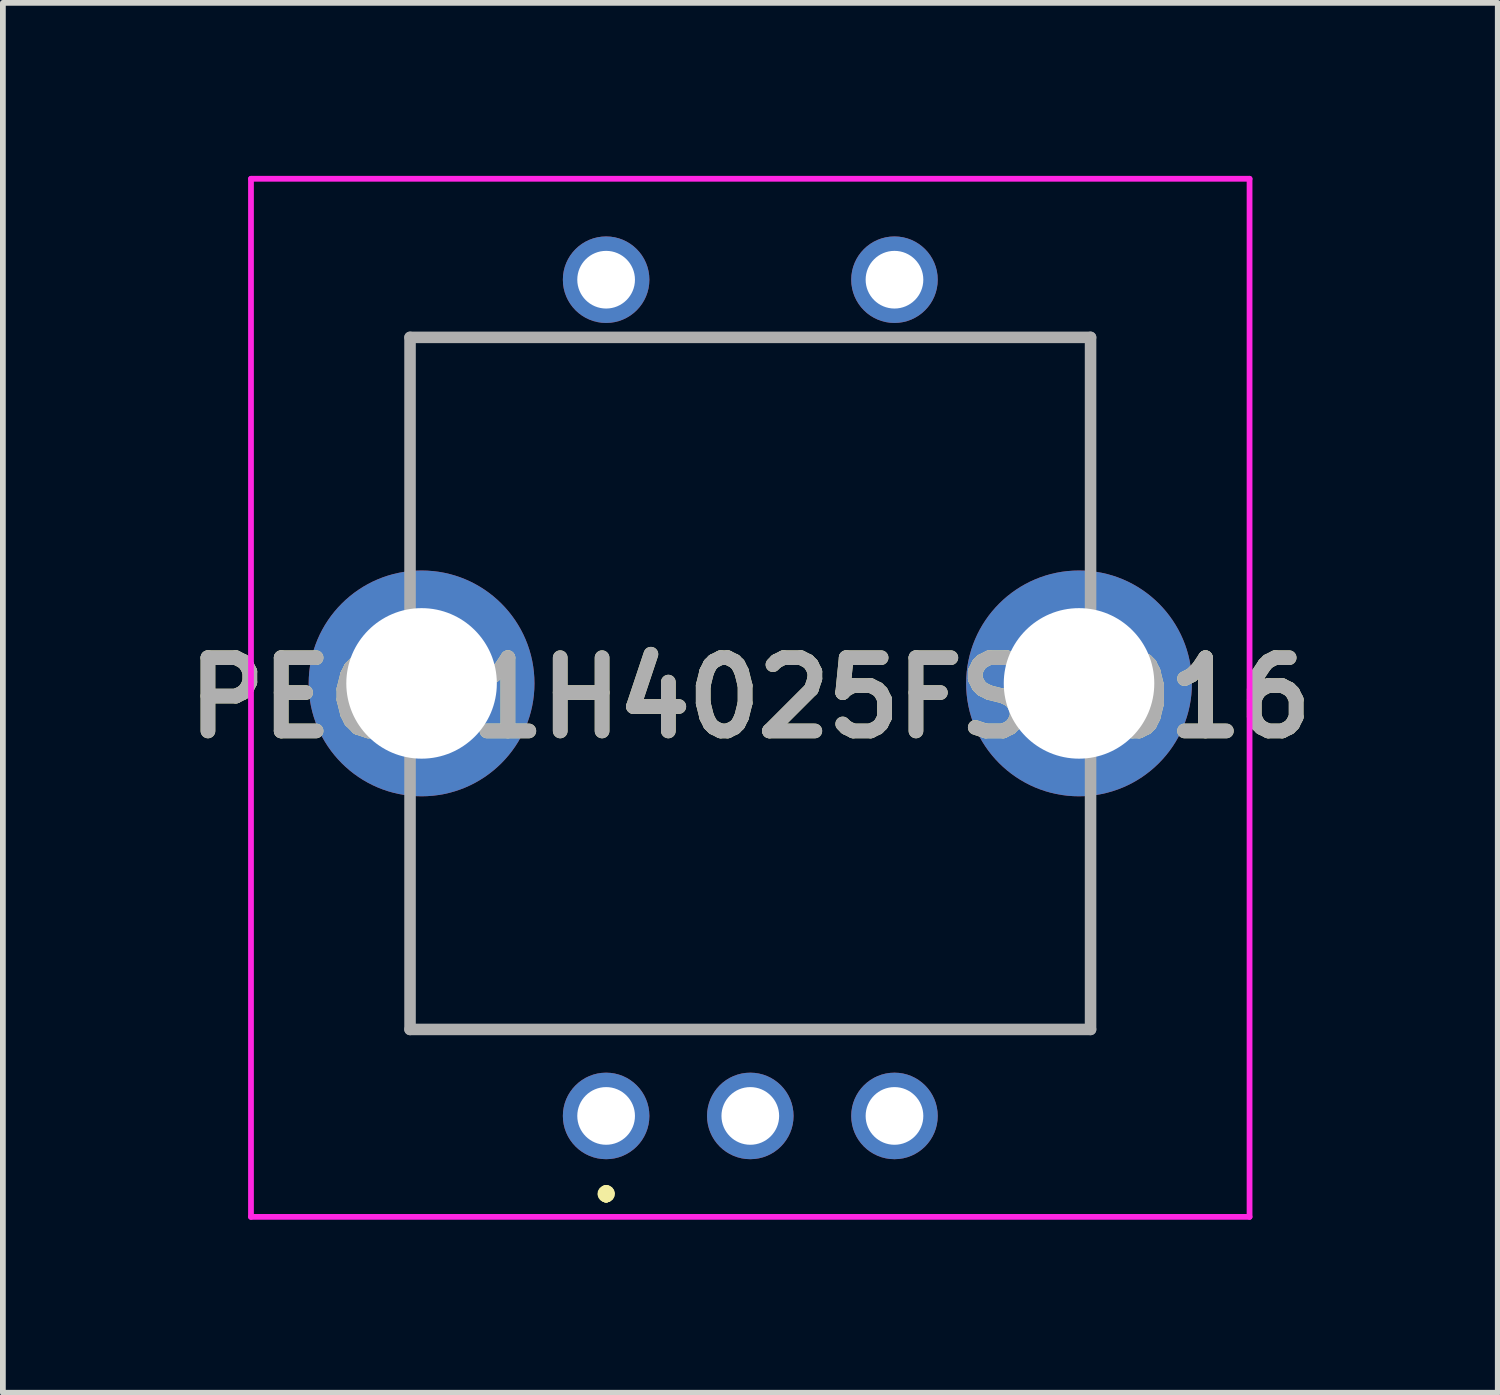
<source format=kicad_pcb>
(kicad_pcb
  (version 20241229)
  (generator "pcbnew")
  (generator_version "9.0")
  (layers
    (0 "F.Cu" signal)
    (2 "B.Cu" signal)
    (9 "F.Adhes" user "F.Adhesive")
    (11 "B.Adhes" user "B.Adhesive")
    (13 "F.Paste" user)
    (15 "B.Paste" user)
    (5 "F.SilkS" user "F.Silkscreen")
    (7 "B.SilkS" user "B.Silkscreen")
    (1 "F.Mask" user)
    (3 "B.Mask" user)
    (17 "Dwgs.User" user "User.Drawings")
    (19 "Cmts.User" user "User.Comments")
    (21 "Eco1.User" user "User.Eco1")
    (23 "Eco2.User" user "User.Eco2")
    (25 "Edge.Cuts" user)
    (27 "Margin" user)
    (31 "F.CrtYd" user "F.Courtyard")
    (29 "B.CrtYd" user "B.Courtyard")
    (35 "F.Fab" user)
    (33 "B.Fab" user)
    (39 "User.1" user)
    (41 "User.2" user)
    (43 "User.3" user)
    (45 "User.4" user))
  (footprint "PEC11H4025FS0016"
    (layer "F.Cu")
    (at 7.46 16.3)
    (property "Reference" "PEC11H4025FS0016" (at 2.5 -7.25 0) (layer "F.SilkS") (effects (font (size 1.27 1.27) (thickness 0.254))))
    (attr through_hole)
    (fp_line (start -3.4 -13.5) (end -3.4 -13.5) (stroke (width 0.1) (type solid)) (layer "F.SilkS"))
    (fp_line (start -3.4 -13.5) (end -3.4 -13.5) (stroke (width 0.1) (type solid)) (layer "F.SilkS"))
    (fp_line (start -3.4 -13.5) (end -3.4 -9.75) (stroke (width 0.1) (type solid)) (layer "F.SilkS"))
    (fp_line (start -3.4 -13.5) (end -1 -13.5) (stroke (width 0.1) (type solid)) (layer "F.SilkS"))
    (fp_line (start -3.4 -9.75) (end -3.4 -13.5) (stroke (width 0.1) (type solid)) (layer "F.SilkS"))
    (fp_line (start -3.4 -9.75) (end -3.4 -9.75) (stroke (width 0.1) (type solid)) (layer "F.SilkS"))
    (fp_line (start -3.4 -5.25) (end -3.4 -5.25) (stroke (width 0.1) (type solid)) (layer "F.SilkS"))
    (fp_line (start -3.4 -5.25) (end -3.4 -1.5) (stroke (width 0.1) (type solid)) (layer "F.SilkS"))
    (fp_line (start -3.4 -1.5) (end -3.4 -5.25) (stroke (width 0.1) (type solid)) (layer "F.SilkS"))
    (fp_line (start -3.4 -1.5) (end -3.4 -1.5) (stroke (width 0.1) (type solid)) (layer "F.SilkS"))
    (fp_line (start -3.4 -1.5) (end -3.4 -1.5) (stroke (width 0.1) (type solid)) (layer "F.SilkS"))
    (fp_line (start -3.4 -1.5) (end 8.4 -1.5) (stroke (width 0.1) (type solid)) (layer "F.SilkS"))
    (fp_line (start -1 -13.5) (end -3.4 -13.5) (stroke (width 0.1) (type solid)) (layer "F.SilkS"))
    (fp_line (start -1 -13.5) (end -1 -13.5) (stroke (width 0.1) (type solid)) (layer "F.SilkS"))
    (fp_line (start 0 1.3) (end 0 1.3) (stroke (width 0.2) (type solid)) (layer "F.SilkS"))
    (fp_line (start 0 1.4) (end 0 1.4) (stroke (width 0.2) (type solid)) (layer "F.SilkS"))
    (fp_line (start 0 1.4) (end 0 1.4) (stroke (width 0.2) (type solid)) (layer "F.SilkS"))
    (fp_line (start 1 -13.5) (end 1 -13.5) (stroke (width 0.1) (type solid)) (layer "F.SilkS"))
    (fp_line (start 1 -13.5) (end 4 -13.5) (stroke (width 0.1) (type solid)) (layer "F.SilkS"))
    (fp_line (start 4 -13.5) (end 1 -13.5) (stroke (width 0.1) (type solid)) (layer "F.SilkS"))
    (fp_line (start 4 -13.5) (end 4 -13.5) (stroke (width 0.1) (type solid)) (layer "F.SilkS"))
    (fp_line (start 6 -13.5) (end 6 -13.5) (stroke (width 0.1) (type solid)) (layer "F.SilkS"))
    (fp_line (start 6 -13.5) (end 8.4 -13.5) (stroke (width 0.1) (type solid)) (layer "F.SilkS"))
    (fp_line (start 8.4 -13.5) (end 6 -13.5) (stroke (width 0.1) (type solid)) (layer "F.SilkS"))
    (fp_line (start 8.4 -13.5) (end 8.4 -13.5) (stroke (width 0.1) (type solid)) (layer "F.SilkS"))
    (fp_line (start 8.4 -13.5) (end 8.4 -13.5) (stroke (width 0.1) (type solid)) (layer "F.SilkS"))
    (fp_line (start 8.4 -13.5) (end 8.4 -9.75) (stroke (width 0.1) (type solid)) (layer "F.SilkS"))
    (fp_line (start 8.4 -9.75) (end 8.4 -13.5) (stroke (width 0.1) (type solid)) (layer "F.SilkS"))
    (fp_line (start 8.4 -9.75) (end 8.4 -9.75) (stroke (width 0.1) (type solid)) (layer "F.SilkS"))
    (fp_line (start 8.4 -5.25) (end 8.4 -5.25) (stroke (width 0.1) (type solid)) (layer "F.SilkS"))
    (fp_line (start 8.4 -5.25) (end 8.4 -1.5) (stroke (width 0.1) (type solid)) (layer "F.SilkS"))
    (fp_line (start 8.4 -1.5) (end -3.4 -1.5) (stroke (width 0.1) (type solid)) (layer "F.SilkS"))
    (fp_line (start 8.4 -1.5) (end 8.4 -5.25) (stroke (width 0.1) (type solid)) (layer "F.SilkS"))
    (fp_line (start 8.4 -1.5) (end 8.4 -1.5) (stroke (width 0.1) (type solid)) (layer "F.SilkS"))
    (fp_line (start 8.4 -1.5) (end 8.4 -1.5) (stroke (width 0.1) (type solid)) (layer "F.SilkS"))
    (fp_arc (start 0 1.3) (mid 0.05 1.35) (end 0 1.4) (stroke (width 0.2) (type solid)) (layer "F.SilkS"))
    (fp_arc (start 0 1.3) (mid 0.05 1.35) (end 0 1.4) (stroke (width 0.2) (type solid)) (layer "F.SilkS"))
    (fp_arc (start 0 1.4) (mid -0.05 1.35) (end 0 1.3) (stroke (width 0.2) (type solid)) (layer "F.SilkS"))
    (fp_line (start -6.158 -16.25) (end 11.157 -16.25) (stroke (width 0.1) (type solid)) (layer "F.CrtYd"))
    (fp_line (start -6.158 1.75) (end -6.158 -16.25) (stroke (width 0.1) (type solid)) (layer "F.CrtYd"))
    (fp_line (start 11.157 -16.25) (end 11.157 1.75) (stroke (width 0.1) (type solid)) (layer "F.CrtYd"))
    (fp_line (start 11.157 1.75) (end -6.158 1.75) (stroke (width 0.1) (type solid)) (layer "F.CrtYd"))
    (fp_line (start -3.4 -13.5) (end -3.4 -1.5) (stroke (width 0.2) (type solid)) (layer "F.Fab"))
    (fp_line (start -3.4 -1.5) (end 8.4 -1.5) (stroke (width 0.2) (type solid)) (layer "F.Fab"))
    (fp_line (start 8.4 -13.5) (end -3.4 -13.5) (stroke (width 0.2) (type solid)) (layer "F.Fab"))
    (fp_line (start 8.4 -1.5) (end 8.4 -13.5) (stroke (width 0.2) (type solid)) (layer "F.Fab"))
    (fp_text user "${REFERENCE}" (at 2.5 -7.25 0) (layer "F.Fab") (effects (font (size 1.27 1.27) (thickness 0.254))))
    (pad "A1" thru_hole circle (at 0 0) (size 1.5 1.5) (drill 1) (layers "*.Cu" "*.Mask"))
    (pad "B1" thru_hole circle (at 5 0) (size 1.5 1.5) (drill 1) (layers "*.Cu" "*.Mask"))
    (pad "C1" thru_hole circle (at 2.5 0) (size 1.5 1.5) (drill 1) (layers "*.Cu" "*.Mask"))
    (pad "MH1" thru_hole circle (at -3.2 -7.5) (size 3.915 3.915) (drill 2.61) (layers "*.Cu" "*.Mask"))
    (pad "MH2" thru_hole circle (at 8.2 -7.5) (size 3.915 3.915) (drill 2.61) (layers "*.Cu" "*.Mask"))
    (pad "S1" thru_hole circle (at 0 -14.5) (size 1.5 1.5) (drill 1) (layers "*.Cu" "*.Mask"))
    (pad "W1" thru_hole circle (at 5 -14.5) (size 1.5 1.5) (drill 1) (layers "*.Cu" "*.Mask")))
  (gr_rect
    (start -3 -3)
    (end 22.921 21.1)
    (stroke (width 0.1) (type default))
    (fill no)
    (layer "Edge.Cuts")))
</source>
